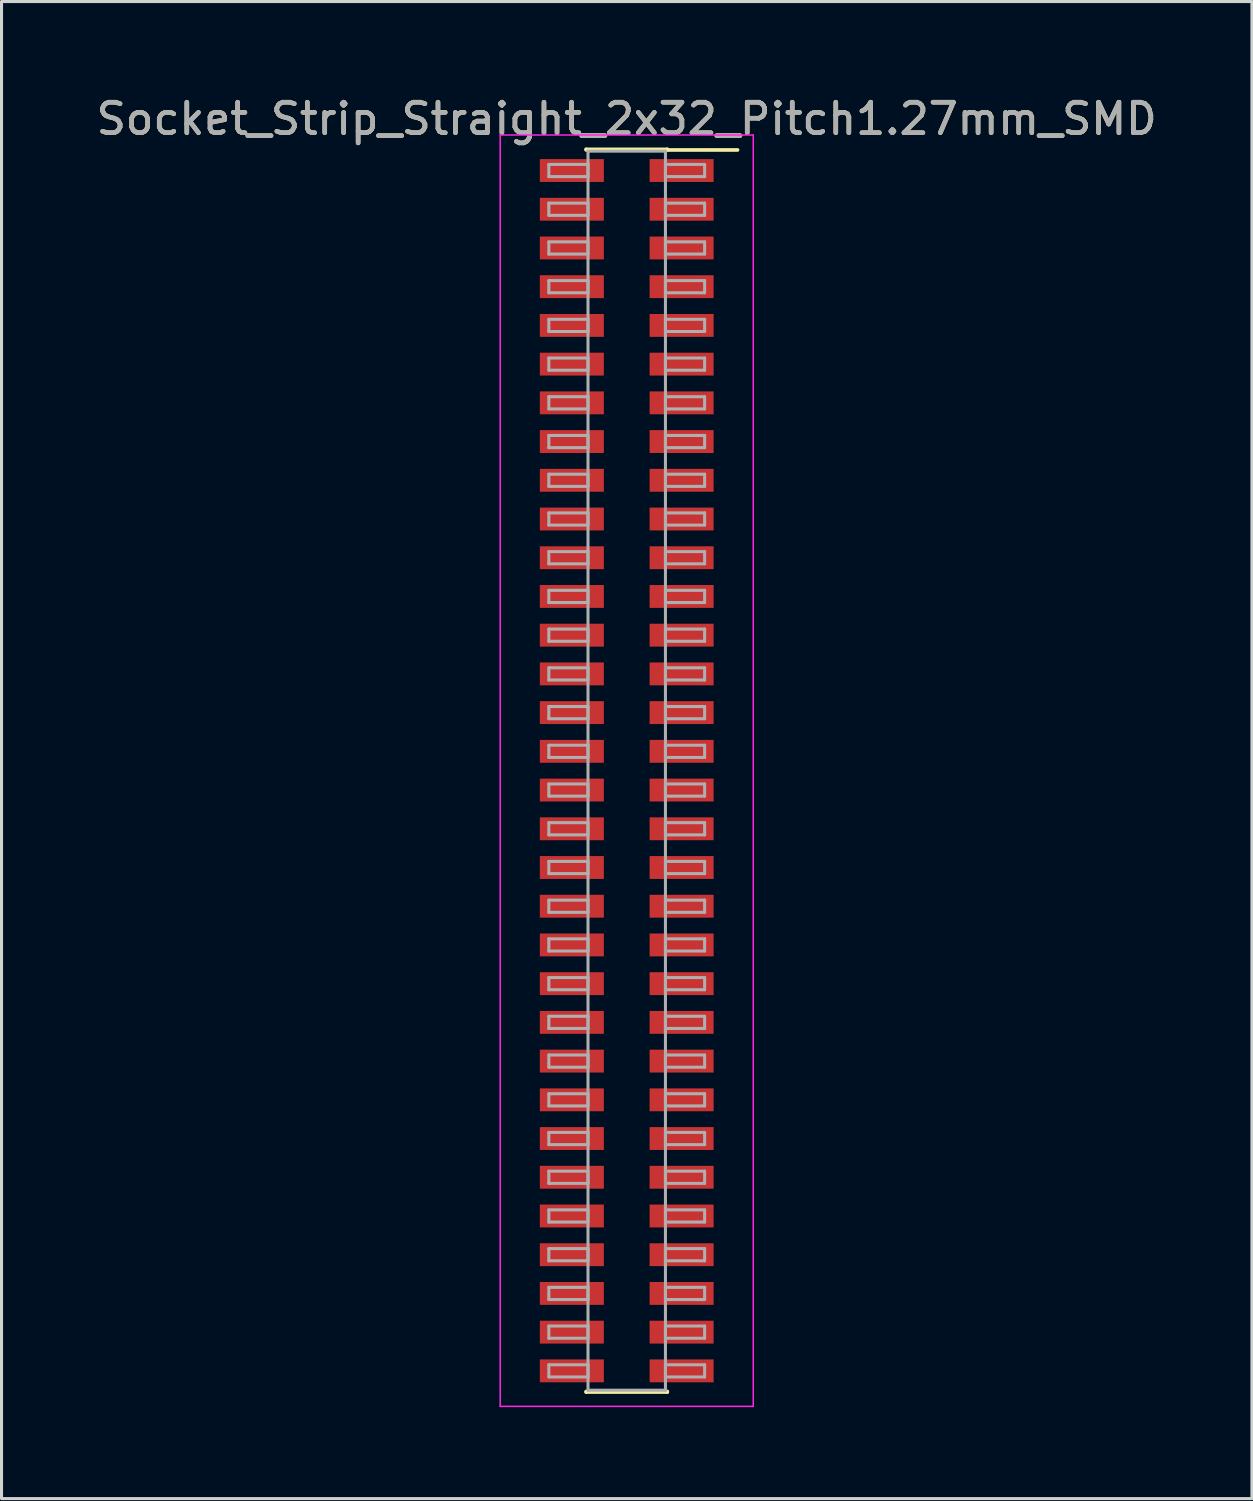
<source format=kicad_pcb>
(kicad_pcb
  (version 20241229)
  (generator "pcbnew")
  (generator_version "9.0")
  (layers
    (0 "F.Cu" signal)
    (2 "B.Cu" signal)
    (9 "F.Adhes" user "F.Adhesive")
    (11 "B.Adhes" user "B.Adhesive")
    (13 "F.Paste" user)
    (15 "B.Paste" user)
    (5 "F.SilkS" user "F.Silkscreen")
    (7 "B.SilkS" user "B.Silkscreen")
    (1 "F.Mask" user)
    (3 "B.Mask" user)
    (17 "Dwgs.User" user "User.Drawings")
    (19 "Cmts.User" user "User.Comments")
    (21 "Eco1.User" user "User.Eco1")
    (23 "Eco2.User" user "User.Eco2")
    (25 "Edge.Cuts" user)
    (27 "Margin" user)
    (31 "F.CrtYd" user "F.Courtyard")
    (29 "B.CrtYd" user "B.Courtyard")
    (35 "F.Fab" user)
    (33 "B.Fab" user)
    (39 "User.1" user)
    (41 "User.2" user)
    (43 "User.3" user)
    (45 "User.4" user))
  (footprint "Socket_Strip_Straight_2x32_Pitch1.27mm_SMD"
    (layer "F.Cu")
    (at 17.506 22.228)
    (property "Reference" "Socket_Strip_Straight_2x32_Pitch1.27mm_SMD" (at 0 -21.38 0) (layer "F.SilkS") (effects (font (size 1 1) (thickness 0.15))))
    (attr smd)
    (fp_line (start -1.33 -20.38) (end 1.33 -20.38) (stroke (width 0.12) (type solid)) (layer "F.SilkS"))
    (fp_line (start -1.33 -20.36) (end -1.33 -20.38) (stroke (width 0.12) (type solid)) (layer "F.SilkS"))
    (fp_line (start -1.33 20.36) (end -1.33 20.38) (stroke (width 0.12) (type solid)) (layer "F.SilkS"))
    (fp_line (start -1.33 20.38) (end 1.33 20.38) (stroke (width 0.12) (type solid)) (layer "F.SilkS"))
    (fp_line (start 1.33 -20.38) (end 1.33 -20.36) (stroke (width 0.12) (type solid)) (layer "F.SilkS"))
    (fp_line (start 1.33 20.38) (end 1.33 20.36) (stroke (width 0.12) (type solid)) (layer "F.SilkS"))
    (fp_line (start 3.635 -20.36) (end 1.33 -20.36) (stroke (width 0.12) (type solid)) (layer "F.SilkS"))
    (fp_line (start -4.15 -20.85) (end -4.15 20.85) (stroke (width 0.05) (type solid)) (layer "F.CrtYd"))
    (fp_line (start -4.15 20.85) (end 4.15 20.85) (stroke (width 0.05) (type solid)) (layer "F.CrtYd"))
    (fp_line (start 4.15 -20.85) (end -4.15 -20.85) (stroke (width 0.05) (type solid)) (layer "F.CrtYd"))
    (fp_line (start 4.15 20.85) (end 4.15 -20.85) (stroke (width 0.05) (type solid)) (layer "F.CrtYd"))
    (fp_line (start -2.555 -19.885) (end -1.27 -19.885) (stroke (width 0.1) (type solid)) (layer "F.Fab"))
    (fp_line (start -2.555 -19.485) (end -2.555 -19.885) (stroke (width 0.1) (type solid)) (layer "F.Fab"))
    (fp_line (start -2.555 -18.615) (end -1.27 -18.615) (stroke (width 0.1) (type solid)) (layer "F.Fab"))
    (fp_line (start -2.555 -18.215) (end -2.555 -18.615) (stroke (width 0.1) (type solid)) (layer "F.Fab"))
    (fp_line (start -2.555 -17.345) (end -1.27 -17.345) (stroke (width 0.1) (type solid)) (layer "F.Fab"))
    (fp_line (start -2.555 -16.945) (end -2.555 -17.345) (stroke (width 0.1) (type solid)) (layer "F.Fab"))
    (fp_line (start -2.555 -16.075) (end -1.27 -16.075) (stroke (width 0.1) (type solid)) (layer "F.Fab"))
    (fp_line (start -2.555 -15.675) (end -2.555 -16.075) (stroke (width 0.1) (type solid)) (layer "F.Fab"))
    (fp_line (start -2.555 -14.805) (end -1.27 -14.805) (stroke (width 0.1) (type solid)) (layer "F.Fab"))
    (fp_line (start -2.555 -14.405) (end -2.555 -14.805) (stroke (width 0.1) (type solid)) (layer "F.Fab"))
    (fp_line (start -2.555 -13.535) (end -1.27 -13.535) (stroke (width 0.1) (type solid)) (layer "F.Fab"))
    (fp_line (start -2.555 -13.135) (end -2.555 -13.535) (stroke (width 0.1) (type solid)) (layer "F.Fab"))
    (fp_line (start -2.555 -12.265) (end -1.27 -12.265) (stroke (width 0.1) (type solid)) (layer "F.Fab"))
    (fp_line (start -2.555 -11.865) (end -2.555 -12.265) (stroke (width 0.1) (type solid)) (layer "F.Fab"))
    (fp_line (start -2.555 -10.995) (end -1.27 -10.995) (stroke (width 0.1) (type solid)) (layer "F.Fab"))
    (fp_line (start -2.555 -10.595) (end -2.555 -10.995) (stroke (width 0.1) (type solid)) (layer "F.Fab"))
    (fp_line (start -2.555 -9.725) (end -1.27 -9.725) (stroke (width 0.1) (type solid)) (layer "F.Fab"))
    (fp_line (start -2.555 -9.325) (end -2.555 -9.725) (stroke (width 0.1) (type solid)) (layer "F.Fab"))
    (fp_line (start -2.555 -8.455) (end -1.27 -8.455) (stroke (width 0.1) (type solid)) (layer "F.Fab"))
    (fp_line (start -2.555 -8.055) (end -2.555 -8.455) (stroke (width 0.1) (type solid)) (layer "F.Fab"))
    (fp_line (start -2.555 -7.185) (end -1.27 -7.185) (stroke (width 0.1) (type solid)) (layer "F.Fab"))
    (fp_line (start -2.555 -6.785) (end -2.555 -7.185) (stroke (width 0.1) (type solid)) (layer "F.Fab"))
    (fp_line (start -2.555 -5.915) (end -1.27 -5.915) (stroke (width 0.1) (type solid)) (layer "F.Fab"))
    (fp_line (start -2.555 -5.515) (end -2.555 -5.915) (stroke (width 0.1) (type solid)) (layer "F.Fab"))
    (fp_line (start -2.555 -4.645) (end -1.27 -4.645) (stroke (width 0.1) (type solid)) (layer "F.Fab"))
    (fp_line (start -2.555 -4.245) (end -2.555 -4.645) (stroke (width 0.1) (type solid)) (layer "F.Fab"))
    (fp_line (start -2.555 -3.375) (end -1.27 -3.375) (stroke (width 0.1) (type solid)) (layer "F.Fab"))
    (fp_line (start -2.555 -2.975) (end -2.555 -3.375) (stroke (width 0.1) (type solid)) (layer "F.Fab"))
    (fp_line (start -2.555 -2.105) (end -1.27 -2.105) (stroke (width 0.1) (type solid)) (layer "F.Fab"))
    (fp_line (start -2.555 -1.705) (end -2.555 -2.105) (stroke (width 0.1) (type solid)) (layer "F.Fab"))
    (fp_line (start -2.555 -0.835) (end -1.27 -0.835) (stroke (width 0.1) (type solid)) (layer "F.Fab"))
    (fp_line (start -2.555 -0.435) (end -2.555 -0.835) (stroke (width 0.1) (type solid)) (layer "F.Fab"))
    (fp_line (start -2.555 0.435) (end -1.27 0.435) (stroke (width 0.1) (type solid)) (layer "F.Fab"))
    (fp_line (start -2.555 0.835) (end -2.555 0.435) (stroke (width 0.1) (type solid)) (layer "F.Fab"))
    (fp_line (start -2.555 1.705) (end -1.27 1.705) (stroke (width 0.1) (type solid)) (layer "F.Fab"))
    (fp_line (start -2.555 2.105) (end -2.555 1.705) (stroke (width 0.1) (type solid)) (layer "F.Fab"))
    (fp_line (start -2.555 2.975) (end -1.27 2.975) (stroke (width 0.1) (type solid)) (layer "F.Fab"))
    (fp_line (start -2.555 3.375) (end -2.555 2.975) (stroke (width 0.1) (type solid)) (layer "F.Fab"))
    (fp_line (start -2.555 4.245) (end -1.27 4.245) (stroke (width 0.1) (type solid)) (layer "F.Fab"))
    (fp_line (start -2.555 4.645) (end -2.555 4.245) (stroke (width 0.1) (type solid)) (layer "F.Fab"))
    (fp_line (start -2.555 5.515) (end -1.27 5.515) (stroke (width 0.1) (type solid)) (layer "F.Fab"))
    (fp_line (start -2.555 5.915) (end -2.555 5.515) (stroke (width 0.1) (type solid)) (layer "F.Fab"))
    (fp_line (start -2.555 6.785) (end -1.27 6.785) (stroke (width 0.1) (type solid)) (layer "F.Fab"))
    (fp_line (start -2.555 7.185) (end -2.555 6.785) (stroke (width 0.1) (type solid)) (layer "F.Fab"))
    (fp_line (start -2.555 8.055) (end -1.27 8.055) (stroke (width 0.1) (type solid)) (layer "F.Fab"))
    (fp_line (start -2.555 8.455) (end -2.555 8.055) (stroke (width 0.1) (type solid)) (layer "F.Fab"))
    (fp_line (start -2.555 9.325) (end -1.27 9.325) (stroke (width 0.1) (type solid)) (layer "F.Fab"))
    (fp_line (start -2.555 9.725) (end -2.555 9.325) (stroke (width 0.1) (type solid)) (layer "F.Fab"))
    (fp_line (start -2.555 10.595) (end -1.27 10.595) (stroke (width 0.1) (type solid)) (layer "F.Fab"))
    (fp_line (start -2.555 10.995) (end -2.555 10.595) (stroke (width 0.1) (type solid)) (layer "F.Fab"))
    (fp_line (start -2.555 11.865) (end -1.27 11.865) (stroke (width 0.1) (type solid)) (layer "F.Fab"))
    (fp_line (start -2.555 12.265) (end -2.555 11.865) (stroke (width 0.1) (type solid)) (layer "F.Fab"))
    (fp_line (start -2.555 13.135) (end -1.27 13.135) (stroke (width 0.1) (type solid)) (layer "F.Fab"))
    (fp_line (start -2.555 13.535) (end -2.555 13.135) (stroke (width 0.1) (type solid)) (layer "F.Fab"))
    (fp_line (start -2.555 14.405) (end -1.27 14.405) (stroke (width 0.1) (type solid)) (layer "F.Fab"))
    (fp_line (start -2.555 14.805) (end -2.555 14.405) (stroke (width 0.1) (type solid)) (layer "F.Fab"))
    (fp_line (start -2.555 15.675) (end -1.27 15.675) (stroke (width 0.1) (type solid)) (layer "F.Fab"))
    (fp_line (start -2.555 16.075) (end -2.555 15.675) (stroke (width 0.1) (type solid)) (layer "F.Fab"))
    (fp_line (start -2.555 16.945) (end -1.27 16.945) (stroke (width 0.1) (type solid)) (layer "F.Fab"))
    (fp_line (start -2.555 17.345) (end -2.555 16.945) (stroke (width 0.1) (type solid)) (layer "F.Fab"))
    (fp_line (start -2.555 18.215) (end -1.27 18.215) (stroke (width 0.1) (type solid)) (layer "F.Fab"))
    (fp_line (start -2.555 18.615) (end -2.555 18.215) (stroke (width 0.1) (type solid)) (layer "F.Fab"))
    (fp_line (start -2.555 19.485) (end -1.27 19.485) (stroke (width 0.1) (type solid)) (layer "F.Fab"))
    (fp_line (start -2.555 19.885) (end -2.555 19.485) (stroke (width 0.1) (type solid)) (layer "F.Fab"))
    (fp_line (start -1.27 -20.32) (end -1.27 20.32) (stroke (width 0.1) (type solid)) (layer "F.Fab"))
    (fp_line (start -1.27 -19.885) (end -1.27 -19.485) (stroke (width 0.1) (type solid)) (layer "F.Fab"))
    (fp_line (start -1.27 -19.485) (end -2.555 -19.485) (stroke (width 0.1) (type solid)) (layer "F.Fab"))
    (fp_line (start -1.27 -18.615) (end -1.27 -18.215) (stroke (width 0.1) (type solid)) (layer "F.Fab"))
    (fp_line (start -1.27 -18.215) (end -2.555 -18.215) (stroke (width 0.1) (type solid)) (layer "F.Fab"))
    (fp_line (start -1.27 -17.345) (end -1.27 -16.945) (stroke (width 0.1) (type solid)) (layer "F.Fab"))
    (fp_line (start -1.27 -16.945) (end -2.555 -16.945) (stroke (width 0.1) (type solid)) (layer "F.Fab"))
    (fp_line (start -1.27 -16.075) (end -1.27 -15.675) (stroke (width 0.1) (type solid)) (layer "F.Fab"))
    (fp_line (start -1.27 -15.675) (end -2.555 -15.675) (stroke (width 0.1) (type solid)) (layer "F.Fab"))
    (fp_line (start -1.27 -14.805) (end -1.27 -14.405) (stroke (width 0.1) (type solid)) (layer "F.Fab"))
    (fp_line (start -1.27 -14.405) (end -2.555 -14.405) (stroke (width 0.1) (type solid)) (layer "F.Fab"))
    (fp_line (start -1.27 -13.535) (end -1.27 -13.135) (stroke (width 0.1) (type solid)) (layer "F.Fab"))
    (fp_line (start -1.27 -13.135) (end -2.555 -13.135) (stroke (width 0.1) (type solid)) (layer "F.Fab"))
    (fp_line (start -1.27 -12.265) (end -1.27 -11.865) (stroke (width 0.1) (type solid)) (layer "F.Fab"))
    (fp_line (start -1.27 -11.865) (end -2.555 -11.865) (stroke (width 0.1) (type solid)) (layer "F.Fab"))
    (fp_line (start -1.27 -10.995) (end -1.27 -10.595) (stroke (width 0.1) (type solid)) (layer "F.Fab"))
    (fp_line (start -1.27 -10.595) (end -2.555 -10.595) (stroke (width 0.1) (type solid)) (layer "F.Fab"))
    (fp_line (start -1.27 -9.725) (end -1.27 -9.325) (stroke (width 0.1) (type solid)) (layer "F.Fab"))
    (fp_line (start -1.27 -9.325) (end -2.555 -9.325) (stroke (width 0.1) (type solid)) (layer "F.Fab"))
    (fp_line (start -1.27 -8.455) (end -1.27 -8.055) (stroke (width 0.1) (type solid)) (layer "F.Fab"))
    (fp_line (start -1.27 -8.055) (end -2.555 -8.055) (stroke (width 0.1) (type solid)) (layer "F.Fab"))
    (fp_line (start -1.27 -7.185) (end -1.27 -6.785) (stroke (width 0.1) (type solid)) (layer "F.Fab"))
    (fp_line (start -1.27 -6.785) (end -2.555 -6.785) (stroke (width 0.1) (type solid)) (layer "F.Fab"))
    (fp_line (start -1.27 -5.915) (end -1.27 -5.515) (stroke (width 0.1) (type solid)) (layer "F.Fab"))
    (fp_line (start -1.27 -5.515) (end -2.555 -5.515) (stroke (width 0.1) (type solid)) (layer "F.Fab"))
    (fp_line (start -1.27 -4.645) (end -1.27 -4.245) (stroke (width 0.1) (type solid)) (layer "F.Fab"))
    (fp_line (start -1.27 -4.245) (end -2.555 -4.245) (stroke (width 0.1) (type solid)) (layer "F.Fab"))
    (fp_line (start -1.27 -3.375) (end -1.27 -2.975) (stroke (width 0.1) (type solid)) (layer "F.Fab"))
    (fp_line (start -1.27 -2.975) (end -2.555 -2.975) (stroke (width 0.1) (type solid)) (layer "F.Fab"))
    (fp_line (start -1.27 -2.105) (end -1.27 -1.705) (stroke (width 0.1) (type solid)) (layer "F.Fab"))
    (fp_line (start -1.27 -1.705) (end -2.555 -1.705) (stroke (width 0.1) (type solid)) (layer "F.Fab"))
    (fp_line (start -1.27 -0.835) (end -1.27 -0.435) (stroke (width 0.1) (type solid)) (layer "F.Fab"))
    (fp_line (start -1.27 -0.435) (end -2.555 -0.435) (stroke (width 0.1) (type solid)) (layer "F.Fab"))
    (fp_line (start -1.27 0.435) (end -1.27 0.835) (stroke (width 0.1) (type solid)) (layer "F.Fab"))
    (fp_line (start -1.27 0.835) (end -2.555 0.835) (stroke (width 0.1) (type solid)) (layer "F.Fab"))
    (fp_line (start -1.27 1.705) (end -1.27 2.105) (stroke (width 0.1) (type solid)) (layer "F.Fab"))
    (fp_line (start -1.27 2.105) (end -2.555 2.105) (stroke (width 0.1) (type solid)) (layer "F.Fab"))
    (fp_line (start -1.27 2.975) (end -1.27 3.375) (stroke (width 0.1) (type solid)) (layer "F.Fab"))
    (fp_line (start -1.27 3.375) (end -2.555 3.375) (stroke (width 0.1) (type solid)) (layer "F.Fab"))
    (fp_line (start -1.27 4.245) (end -1.27 4.645) (stroke (width 0.1) (type solid)) (layer "F.Fab"))
    (fp_line (start -1.27 4.645) (end -2.555 4.645) (stroke (width 0.1) (type solid)) (layer "F.Fab"))
    (fp_line (start -1.27 5.515) (end -1.27 5.915) (stroke (width 0.1) (type solid)) (layer "F.Fab"))
    (fp_line (start -1.27 5.915) (end -2.555 5.915) (stroke (width 0.1) (type solid)) (layer "F.Fab"))
    (fp_line (start -1.27 6.785) (end -1.27 7.185) (stroke (width 0.1) (type solid)) (layer "F.Fab"))
    (fp_line (start -1.27 7.185) (end -2.555 7.185) (stroke (width 0.1) (type solid)) (layer "F.Fab"))
    (fp_line (start -1.27 8.055) (end -1.27 8.455) (stroke (width 0.1) (type solid)) (layer "F.Fab"))
    (fp_line (start -1.27 8.455) (end -2.555 8.455) (stroke (width 0.1) (type solid)) (layer "F.Fab"))
    (fp_line (start -1.27 9.325) (end -1.27 9.725) (stroke (width 0.1) (type solid)) (layer "F.Fab"))
    (fp_line (start -1.27 9.725) (end -2.555 9.725) (stroke (width 0.1) (type solid)) (layer "F.Fab"))
    (fp_line (start -1.27 10.595) (end -1.27 10.995) (stroke (width 0.1) (type solid)) (layer "F.Fab"))
    (fp_line (start -1.27 10.995) (end -2.555 10.995) (stroke (width 0.1) (type solid)) (layer "F.Fab"))
    (fp_line (start -1.27 11.865) (end -1.27 12.265) (stroke (width 0.1) (type solid)) (layer "F.Fab"))
    (fp_line (start -1.27 12.265) (end -2.555 12.265) (stroke (width 0.1) (type solid)) (layer "F.Fab"))
    (fp_line (start -1.27 13.135) (end -1.27 13.535) (stroke (width 0.1) (type solid)) (layer "F.Fab"))
    (fp_line (start -1.27 13.535) (end -2.555 13.535) (stroke (width 0.1) (type solid)) (layer "F.Fab"))
    (fp_line (start -1.27 14.405) (end -1.27 14.805) (stroke (width 0.1) (type solid)) (layer "F.Fab"))
    (fp_line (start -1.27 14.805) (end -2.555 14.805) (stroke (width 0.1) (type solid)) (layer "F.Fab"))
    (fp_line (start -1.27 15.675) (end -1.27 16.075) (stroke (width 0.1) (type solid)) (layer "F.Fab"))
    (fp_line (start -1.27 16.075) (end -2.555 16.075) (stroke (width 0.1) (type solid)) (layer "F.Fab"))
    (fp_line (start -1.27 16.945) (end -1.27 17.345) (stroke (width 0.1) (type solid)) (layer "F.Fab"))
    (fp_line (start -1.27 17.345) (end -2.555 17.345) (stroke (width 0.1) (type solid)) (layer "F.Fab"))
    (fp_line (start -1.27 18.215) (end -1.27 18.615) (stroke (width 0.1) (type solid)) (layer "F.Fab"))
    (fp_line (start -1.27 18.615) (end -2.555 18.615) (stroke (width 0.1) (type solid)) (layer "F.Fab"))
    (fp_line (start -1.27 19.485) (end -1.27 19.885) (stroke (width 0.1) (type solid)) (layer "F.Fab"))
    (fp_line (start -1.27 19.885) (end -2.555 19.885) (stroke (width 0.1) (type solid)) (layer "F.Fab"))
    (fp_line (start -1.27 20.32) (end 1.27 20.32) (stroke (width 0.1) (type solid)) (layer "F.Fab"))
    (fp_line (start 1.27 -20.32) (end -1.27 -20.32) (stroke (width 0.1) (type solid)) (layer "F.Fab"))
    (fp_line (start 1.27 -19.885) (end 1.27 -19.485) (stroke (width 0.1) (type solid)) (layer "F.Fab"))
    (fp_line (start 1.27 -19.485) (end 2.555 -19.485) (stroke (width 0.1) (type solid)) (layer "F.Fab"))
    (fp_line (start 1.27 -18.615) (end 1.27 -18.215) (stroke (width 0.1) (type solid)) (layer "F.Fab"))
    (fp_line (start 1.27 -18.215) (end 2.555 -18.215) (stroke (width 0.1) (type solid)) (layer "F.Fab"))
    (fp_line (start 1.27 -17.345) (end 1.27 -16.945) (stroke (width 0.1) (type solid)) (layer "F.Fab"))
    (fp_line (start 1.27 -16.945) (end 2.555 -16.945) (stroke (width 0.1) (type solid)) (layer "F.Fab"))
    (fp_line (start 1.27 -16.075) (end 1.27 -15.675) (stroke (width 0.1) (type solid)) (layer "F.Fab"))
    (fp_line (start 1.27 -15.675) (end 2.555 -15.675) (stroke (width 0.1) (type solid)) (layer "F.Fab"))
    (fp_line (start 1.27 -14.805) (end 1.27 -14.405) (stroke (width 0.1) (type solid)) (layer "F.Fab"))
    (fp_line (start 1.27 -14.405) (end 2.555 -14.405) (stroke (width 0.1) (type solid)) (layer "F.Fab"))
    (fp_line (start 1.27 -13.535) (end 1.27 -13.135) (stroke (width 0.1) (type solid)) (layer "F.Fab"))
    (fp_line (start 1.27 -13.135) (end 2.555 -13.135) (stroke (width 0.1) (type solid)) (layer "F.Fab"))
    (fp_line (start 1.27 -12.265) (end 1.27 -11.865) (stroke (width 0.1) (type solid)) (layer "F.Fab"))
    (fp_line (start 1.27 -11.865) (end 2.555 -11.865) (stroke (width 0.1) (type solid)) (layer "F.Fab"))
    (fp_line (start 1.27 -10.995) (end 1.27 -10.595) (stroke (width 0.1) (type solid)) (layer "F.Fab"))
    (fp_line (start 1.27 -10.595) (end 2.555 -10.595) (stroke (width 0.1) (type solid)) (layer "F.Fab"))
    (fp_line (start 1.27 -9.725) (end 1.27 -9.325) (stroke (width 0.1) (type solid)) (layer "F.Fab"))
    (fp_line (start 1.27 -9.325) (end 2.555 -9.325) (stroke (width 0.1) (type solid)) (layer "F.Fab"))
    (fp_line (start 1.27 -8.455) (end 1.27 -8.055) (stroke (width 0.1) (type solid)) (layer "F.Fab"))
    (fp_line (start 1.27 -8.055) (end 2.555 -8.055) (stroke (width 0.1) (type solid)) (layer "F.Fab"))
    (fp_line (start 1.27 -7.185) (end 1.27 -6.785) (stroke (width 0.1) (type solid)) (layer "F.Fab"))
    (fp_line (start 1.27 -6.785) (end 2.555 -6.785) (stroke (width 0.1) (type solid)) (layer "F.Fab"))
    (fp_line (start 1.27 -5.915) (end 1.27 -5.515) (stroke (width 0.1) (type solid)) (layer "F.Fab"))
    (fp_line (start 1.27 -5.515) (end 2.555 -5.515) (stroke (width 0.1) (type solid)) (layer "F.Fab"))
    (fp_line (start 1.27 -4.645) (end 1.27 -4.245) (stroke (width 0.1) (type solid)) (layer "F.Fab"))
    (fp_line (start 1.27 -4.245) (end 2.555 -4.245) (stroke (width 0.1) (type solid)) (layer "F.Fab"))
    (fp_line (start 1.27 -3.375) (end 1.27 -2.975) (stroke (width 0.1) (type solid)) (layer "F.Fab"))
    (fp_line (start 1.27 -2.975) (end 2.555 -2.975) (stroke (width 0.1) (type solid)) (layer "F.Fab"))
    (fp_line (start 1.27 -2.105) (end 1.27 -1.705) (stroke (width 0.1) (type solid)) (layer "F.Fab"))
    (fp_line (start 1.27 -1.705) (end 2.555 -1.705) (stroke (width 0.1) (type solid)) (layer "F.Fab"))
    (fp_line (start 1.27 -0.835) (end 1.27 -0.435) (stroke (width 0.1) (type solid)) (layer "F.Fab"))
    (fp_line (start 1.27 -0.435) (end 2.555 -0.435) (stroke (width 0.1) (type solid)) (layer "F.Fab"))
    (fp_line (start 1.27 0.435) (end 1.27 0.835) (stroke (width 0.1) (type solid)) (layer "F.Fab"))
    (fp_line (start 1.27 0.835) (end 2.555 0.835) (stroke (width 0.1) (type solid)) (layer "F.Fab"))
    (fp_line (start 1.27 1.705) (end 1.27 2.105) (stroke (width 0.1) (type solid)) (layer "F.Fab"))
    (fp_line (start 1.27 2.105) (end 2.555 2.105) (stroke (width 0.1) (type solid)) (layer "F.Fab"))
    (fp_line (start 1.27 2.975) (end 1.27 3.375) (stroke (width 0.1) (type solid)) (layer "F.Fab"))
    (fp_line (start 1.27 3.375) (end 2.555 3.375) (stroke (width 0.1) (type solid)) (layer "F.Fab"))
    (fp_line (start 1.27 4.245) (end 1.27 4.645) (stroke (width 0.1) (type solid)) (layer "F.Fab"))
    (fp_line (start 1.27 4.645) (end 2.555 4.645) (stroke (width 0.1) (type solid)) (layer "F.Fab"))
    (fp_line (start 1.27 5.515) (end 1.27 5.915) (stroke (width 0.1) (type solid)) (layer "F.Fab"))
    (fp_line (start 1.27 5.915) (end 2.555 5.915) (stroke (width 0.1) (type solid)) (layer "F.Fab"))
    (fp_line (start 1.27 6.785) (end 1.27 7.185) (stroke (width 0.1) (type solid)) (layer "F.Fab"))
    (fp_line (start 1.27 7.185) (end 2.555 7.185) (stroke (width 0.1) (type solid)) (layer "F.Fab"))
    (fp_line (start 1.27 8.055) (end 1.27 8.455) (stroke (width 0.1) (type solid)) (layer "F.Fab"))
    (fp_line (start 1.27 8.455) (end 2.555 8.455) (stroke (width 0.1) (type solid)) (layer "F.Fab"))
    (fp_line (start 1.27 9.325) (end 1.27 9.725) (stroke (width 0.1) (type solid)) (layer "F.Fab"))
    (fp_line (start 1.27 9.725) (end 2.555 9.725) (stroke (width 0.1) (type solid)) (layer "F.Fab"))
    (fp_line (start 1.27 10.595) (end 1.27 10.995) (stroke (width 0.1) (type solid)) (layer "F.Fab"))
    (fp_line (start 1.27 10.995) (end 2.555 10.995) (stroke (width 0.1) (type solid)) (layer "F.Fab"))
    (fp_line (start 1.27 11.865) (end 1.27 12.265) (stroke (width 0.1) (type solid)) (layer "F.Fab"))
    (fp_line (start 1.27 12.265) (end 2.555 12.265) (stroke (width 0.1) (type solid)) (layer "F.Fab"))
    (fp_line (start 1.27 13.135) (end 1.27 13.535) (stroke (width 0.1) (type solid)) (layer "F.Fab"))
    (fp_line (start 1.27 13.535) (end 2.555 13.535) (stroke (width 0.1) (type solid)) (layer "F.Fab"))
    (fp_line (start 1.27 14.405) (end 1.27 14.805) (stroke (width 0.1) (type solid)) (layer "F.Fab"))
    (fp_line (start 1.27 14.805) (end 2.555 14.805) (stroke (width 0.1) (type solid)) (layer "F.Fab"))
    (fp_line (start 1.27 15.675) (end 1.27 16.075) (stroke (width 0.1) (type solid)) (layer "F.Fab"))
    (fp_line (start 1.27 16.075) (end 2.555 16.075) (stroke (width 0.1) (type solid)) (layer "F.Fab"))
    (fp_line (start 1.27 16.945) (end 1.27 17.345) (stroke (width 0.1) (type solid)) (layer "F.Fab"))
    (fp_line (start 1.27 17.345) (end 2.555 17.345) (stroke (width 0.1) (type solid)) (layer "F.Fab"))
    (fp_line (start 1.27 18.215) (end 1.27 18.615) (stroke (width 0.1) (type solid)) (layer "F.Fab"))
    (fp_line (start 1.27 18.615) (end 2.555 18.615) (stroke (width 0.1) (type solid)) (layer "F.Fab"))
    (fp_line (start 1.27 19.485) (end 1.27 19.885) (stroke (width 0.1) (type solid)) (layer "F.Fab"))
    (fp_line (start 1.27 19.885) (end 2.555 19.885) (stroke (width 0.1) (type solid)) (layer "F.Fab"))
    (fp_line (start 1.27 20.32) (end 1.27 -20.32) (stroke (width 0.1) (type solid)) (layer "F.Fab"))
    (fp_line (start 2.555 -19.885) (end 1.27 -19.885) (stroke (width 0.1) (type solid)) (layer "F.Fab"))
    (fp_line (start 2.555 -19.485) (end 2.555 -19.885) (stroke (width 0.1) (type solid)) (layer "F.Fab"))
    (fp_line (start 2.555 -18.615) (end 1.27 -18.615) (stroke (width 0.1) (type solid)) (layer "F.Fab"))
    (fp_line (start 2.555 -18.215) (end 2.555 -18.615) (stroke (width 0.1) (type solid)) (layer "F.Fab"))
    (fp_line (start 2.555 -17.345) (end 1.27 -17.345) (stroke (width 0.1) (type solid)) (layer "F.Fab"))
    (fp_line (start 2.555 -16.945) (end 2.555 -17.345) (stroke (width 0.1) (type solid)) (layer "F.Fab"))
    (fp_line (start 2.555 -16.075) (end 1.27 -16.075) (stroke (width 0.1) (type solid)) (layer "F.Fab"))
    (fp_line (start 2.555 -15.675) (end 2.555 -16.075) (stroke (width 0.1) (type solid)) (layer "F.Fab"))
    (fp_line (start 2.555 -14.805) (end 1.27 -14.805) (stroke (width 0.1) (type solid)) (layer "F.Fab"))
    (fp_line (start 2.555 -14.405) (end 2.555 -14.805) (stroke (width 0.1) (type solid)) (layer "F.Fab"))
    (fp_line (start 2.555 -13.535) (end 1.27 -13.535) (stroke (width 0.1) (type solid)) (layer "F.Fab"))
    (fp_line (start 2.555 -13.135) (end 2.555 -13.535) (stroke (width 0.1) (type solid)) (layer "F.Fab"))
    (fp_line (start 2.555 -12.265) (end 1.27 -12.265) (stroke (width 0.1) (type solid)) (layer "F.Fab"))
    (fp_line (start 2.555 -11.865) (end 2.555 -12.265) (stroke (width 0.1) (type solid)) (layer "F.Fab"))
    (fp_line (start 2.555 -10.995) (end 1.27 -10.995) (stroke (width 0.1) (type solid)) (layer "F.Fab"))
    (fp_line (start 2.555 -10.595) (end 2.555 -10.995) (stroke (width 0.1) (type solid)) (layer "F.Fab"))
    (fp_line (start 2.555 -9.725) (end 1.27 -9.725) (stroke (width 0.1) (type solid)) (layer "F.Fab"))
    (fp_line (start 2.555 -9.325) (end 2.555 -9.725) (stroke (width 0.1) (type solid)) (layer "F.Fab"))
    (fp_line (start 2.555 -8.455) (end 1.27 -8.455) (stroke (width 0.1) (type solid)) (layer "F.Fab"))
    (fp_line (start 2.555 -8.055) (end 2.555 -8.455) (stroke (width 0.1) (type solid)) (layer "F.Fab"))
    (fp_line (start 2.555 -7.185) (end 1.27 -7.185) (stroke (width 0.1) (type solid)) (layer "F.Fab"))
    (fp_line (start 2.555 -6.785) (end 2.555 -7.185) (stroke (width 0.1) (type solid)) (layer "F.Fab"))
    (fp_line (start 2.555 -5.915) (end 1.27 -5.915) (stroke (width 0.1) (type solid)) (layer "F.Fab"))
    (fp_line (start 2.555 -5.515) (end 2.555 -5.915) (stroke (width 0.1) (type solid)) (layer "F.Fab"))
    (fp_line (start 2.555 -4.645) (end 1.27 -4.645) (stroke (width 0.1) (type solid)) (layer "F.Fab"))
    (fp_line (start 2.555 -4.245) (end 2.555 -4.645) (stroke (width 0.1) (type solid)) (layer "F.Fab"))
    (fp_line (start 2.555 -3.375) (end 1.27 -3.375) (stroke (width 0.1) (type solid)) (layer "F.Fab"))
    (fp_line (start 2.555 -2.975) (end 2.555 -3.375) (stroke (width 0.1) (type solid)) (layer "F.Fab"))
    (fp_line (start 2.555 -2.105) (end 1.27 -2.105) (stroke (width 0.1) (type solid)) (layer "F.Fab"))
    (fp_line (start 2.555 -1.705) (end 2.555 -2.105) (stroke (width 0.1) (type solid)) (layer "F.Fab"))
    (fp_line (start 2.555 -0.835) (end 1.27 -0.835) (stroke (width 0.1) (type solid)) (layer "F.Fab"))
    (fp_line (start 2.555 -0.435) (end 2.555 -0.835) (stroke (width 0.1) (type solid)) (layer "F.Fab"))
    (fp_line (start 2.555 0.435) (end 1.27 0.435) (stroke (width 0.1) (type solid)) (layer "F.Fab"))
    (fp_line (start 2.555 0.835) (end 2.555 0.435) (stroke (width 0.1) (type solid)) (layer "F.Fab"))
    (fp_line (start 2.555 1.705) (end 1.27 1.705) (stroke (width 0.1) (type solid)) (layer "F.Fab"))
    (fp_line (start 2.555 2.105) (end 2.555 1.705) (stroke (width 0.1) (type solid)) (layer "F.Fab"))
    (fp_line (start 2.555 2.975) (end 1.27 2.975) (stroke (width 0.1) (type solid)) (layer "F.Fab"))
    (fp_line (start 2.555 3.375) (end 2.555 2.975) (stroke (width 0.1) (type solid)) (layer "F.Fab"))
    (fp_line (start 2.555 4.245) (end 1.27 4.245) (stroke (width 0.1) (type solid)) (layer "F.Fab"))
    (fp_line (start 2.555 4.645) (end 2.555 4.245) (stroke (width 0.1) (type solid)) (layer "F.Fab"))
    (fp_line (start 2.555 5.515) (end 1.27 5.515) (stroke (width 0.1) (type solid)) (layer "F.Fab"))
    (fp_line (start 2.555 5.915) (end 2.555 5.515) (stroke (width 0.1) (type solid)) (layer "F.Fab"))
    (fp_line (start 2.555 6.785) (end 1.27 6.785) (stroke (width 0.1) (type solid)) (layer "F.Fab"))
    (fp_line (start 2.555 7.185) (end 2.555 6.785) (stroke (width 0.1) (type solid)) (layer "F.Fab"))
    (fp_line (start 2.555 8.055) (end 1.27 8.055) (stroke (width 0.1) (type solid)) (layer "F.Fab"))
    (fp_line (start 2.555 8.455) (end 2.555 8.055) (stroke (width 0.1) (type solid)) (layer "F.Fab"))
    (fp_line (start 2.555 9.325) (end 1.27 9.325) (stroke (width 0.1) (type solid)) (layer "F.Fab"))
    (fp_line (start 2.555 9.725) (end 2.555 9.325) (stroke (width 0.1) (type solid)) (layer "F.Fab"))
    (fp_line (start 2.555 10.595) (end 1.27 10.595) (stroke (width 0.1) (type solid)) (layer "F.Fab"))
    (fp_line (start 2.555 10.995) (end 2.555 10.595) (stroke (width 0.1) (type solid)) (layer "F.Fab"))
    (fp_line (start 2.555 11.865) (end 1.27 11.865) (stroke (width 0.1) (type solid)) (layer "F.Fab"))
    (fp_line (start 2.555 12.265) (end 2.555 11.865) (stroke (width 0.1) (type solid)) (layer "F.Fab"))
    (fp_line (start 2.555 13.135) (end 1.27 13.135) (stroke (width 0.1) (type solid)) (layer "F.Fab"))
    (fp_line (start 2.555 13.535) (end 2.555 13.135) (stroke (width 0.1) (type solid)) (layer "F.Fab"))
    (fp_line (start 2.555 14.405) (end 1.27 14.405) (stroke (width 0.1) (type solid)) (layer "F.Fab"))
    (fp_line (start 2.555 14.805) (end 2.555 14.405) (stroke (width 0.1) (type solid)) (layer "F.Fab"))
    (fp_line (start 2.555 15.675) (end 1.27 15.675) (stroke (width 0.1) (type solid)) (layer "F.Fab"))
    (fp_line (start 2.555 16.075) (end 2.555 15.675) (stroke (width 0.1) (type solid)) (layer "F.Fab"))
    (fp_line (start 2.555 16.945) (end 1.27 16.945) (stroke (width 0.1) (type solid)) (layer "F.Fab"))
    (fp_line (start 2.555 17.345) (end 2.555 16.945) (stroke (width 0.1) (type solid)) (layer "F.Fab"))
    (fp_line (start 2.555 18.215) (end 1.27 18.215) (stroke (width 0.1) (type solid)) (layer "F.Fab"))
    (fp_line (start 2.555 18.615) (end 2.555 18.215) (stroke (width 0.1) (type solid)) (layer "F.Fab"))
    (fp_line (start 2.555 19.485) (end 1.27 19.485) (stroke (width 0.1) (type solid)) (layer "F.Fab"))
    (fp_line (start 2.555 19.885) (end 2.555 19.485) (stroke (width 0.1) (type solid)) (layer "F.Fab"))
    (fp_text user "${REFERENCE}" (at 0 -21.38 0) (layer "F.Fab") (effects (font (size 1 1) (thickness 0.15))))
    (pad "1" smd rect (at 1.8 -19.685) (size 2.1 0.75) (layers "F.Cu" "F.Mask" "F.Paste"))
    (pad "2" smd rect (at -1.8 -19.685) (size 2.1 0.75) (layers "F.Cu" "F.Mask" "F.Paste"))
    (pad "3" smd rect (at 1.8 -18.415) (size 2.1 0.75) (layers "F.Cu" "F.Mask" "F.Paste"))
    (pad "4" smd rect (at -1.8 -18.415) (size 2.1 0.75) (layers "F.Cu" "F.Mask" "F.Paste"))
    (pad "5" smd rect (at 1.8 -17.145) (size 2.1 0.75) (layers "F.Cu" "F.Mask" "F.Paste"))
    (pad "6" smd rect (at -1.8 -17.145) (size 2.1 0.75) (layers "F.Cu" "F.Mask" "F.Paste"))
    (pad "7" smd rect (at 1.8 -15.875) (size 2.1 0.75) (layers "F.Cu" "F.Mask" "F.Paste"))
    (pad "8" smd rect (at -1.8 -15.875) (size 2.1 0.75) (layers "F.Cu" "F.Mask" "F.Paste"))
    (pad "9" smd rect (at 1.8 -14.605) (size 2.1 0.75) (layers "F.Cu" "F.Mask" "F.Paste"))
    (pad "10" smd rect (at -1.8 -14.605) (size 2.1 0.75) (layers "F.Cu" "F.Mask" "F.Paste"))
    (pad "11" smd rect (at 1.8 -13.335) (size 2.1 0.75) (layers "F.Cu" "F.Mask" "F.Paste"))
    (pad "12" smd rect (at -1.8 -13.335) (size 2.1 0.75) (layers "F.Cu" "F.Mask" "F.Paste"))
    (pad "13" smd rect (at 1.8 -12.065) (size 2.1 0.75) (layers "F.Cu" "F.Mask" "F.Paste"))
    (pad "14" smd rect (at -1.8 -12.065) (size 2.1 0.75) (layers "F.Cu" "F.Mask" "F.Paste"))
    (pad "15" smd rect (at 1.8 -10.795) (size 2.1 0.75) (layers "F.Cu" "F.Mask" "F.Paste"))
    (pad "16" smd rect (at -1.8 -10.795) (size 2.1 0.75) (layers "F.Cu" "F.Mask" "F.Paste"))
    (pad "17" smd rect (at 1.8 -9.525) (size 2.1 0.75) (layers "F.Cu" "F.Mask" "F.Paste"))
    (pad "18" smd rect (at -1.8 -9.525) (size 2.1 0.75) (layers "F.Cu" "F.Mask" "F.Paste"))
    (pad "19" smd rect (at 1.8 -8.255) (size 2.1 0.75) (layers "F.Cu" "F.Mask" "F.Paste"))
    (pad "20" smd rect (at -1.8 -8.255) (size 2.1 0.75) (layers "F.Cu" "F.Mask" "F.Paste"))
    (pad "21" smd rect (at 1.8 -6.985) (size 2.1 0.75) (layers "F.Cu" "F.Mask" "F.Paste"))
    (pad "22" smd rect (at -1.8 -6.985) (size 2.1 0.75) (layers "F.Cu" "F.Mask" "F.Paste"))
    (pad "23" smd rect (at 1.8 -5.715) (size 2.1 0.75) (layers "F.Cu" "F.Mask" "F.Paste"))
    (pad "24" smd rect (at -1.8 -5.715) (size 2.1 0.75) (layers "F.Cu" "F.Mask" "F.Paste"))
    (pad "25" smd rect (at 1.8 -4.445) (size 2.1 0.75) (layers "F.Cu" "F.Mask" "F.Paste"))
    (pad "26" smd rect (at -1.8 -4.445) (size 2.1 0.75) (layers "F.Cu" "F.Mask" "F.Paste"))
    (pad "27" smd rect (at 1.8 -3.175) (size 2.1 0.75) (layers "F.Cu" "F.Mask" "F.Paste"))
    (pad "28" smd rect (at -1.8 -3.175) (size 2.1 0.75) (layers "F.Cu" "F.Mask" "F.Paste"))
    (pad "29" smd rect (at 1.8 -1.905) (size 2.1 0.75) (layers "F.Cu" "F.Mask" "F.Paste"))
    (pad "30" smd rect (at -1.8 -1.905) (size 2.1 0.75) (layers "F.Cu" "F.Mask" "F.Paste"))
    (pad "31" smd rect (at 1.8 -0.635) (size 2.1 0.75) (layers "F.Cu" "F.Mask" "F.Paste"))
    (pad "32" smd rect (at -1.8 -0.635) (size 2.1 0.75) (layers "F.Cu" "F.Mask" "F.Paste"))
    (pad "33" smd rect (at 1.8 0.635) (size 2.1 0.75) (layers "F.Cu" "F.Mask" "F.Paste"))
    (pad "34" smd rect (at -1.8 0.635) (size 2.1 0.75) (layers "F.Cu" "F.Mask" "F.Paste"))
    (pad "35" smd rect (at 1.8 1.905) (size 2.1 0.75) (layers "F.Cu" "F.Mask" "F.Paste"))
    (pad "36" smd rect (at -1.8 1.905) (size 2.1 0.75) (layers "F.Cu" "F.Mask" "F.Paste"))
    (pad "37" smd rect (at 1.8 3.175) (size 2.1 0.75) (layers "F.Cu" "F.Mask" "F.Paste"))
    (pad "38" smd rect (at -1.8 3.175) (size 2.1 0.75) (layers "F.Cu" "F.Mask" "F.Paste"))
    (pad "39" smd rect (at 1.8 4.445) (size 2.1 0.75) (layers "F.Cu" "F.Mask" "F.Paste"))
    (pad "40" smd rect (at -1.8 4.445) (size 2.1 0.75) (layers "F.Cu" "F.Mask" "F.Paste"))
    (pad "41" smd rect (at 1.8 5.715) (size 2.1 0.75) (layers "F.Cu" "F.Mask" "F.Paste"))
    (pad "42" smd rect (at -1.8 5.715) (size 2.1 0.75) (layers "F.Cu" "F.Mask" "F.Paste"))
    (pad "43" smd rect (at 1.8 6.985) (size 2.1 0.75) (layers "F.Cu" "F.Mask" "F.Paste"))
    (pad "44" smd rect (at -1.8 6.985) (size 2.1 0.75) (layers "F.Cu" "F.Mask" "F.Paste"))
    (pad "45" smd rect (at 1.8 8.255) (size 2.1 0.75) (layers "F.Cu" "F.Mask" "F.Paste"))
    (pad "46" smd rect (at -1.8 8.255) (size 2.1 0.75) (layers "F.Cu" "F.Mask" "F.Paste"))
    (pad "47" smd rect (at 1.8 9.525) (size 2.1 0.75) (layers "F.Cu" "F.Mask" "F.Paste"))
    (pad "48" smd rect (at -1.8 9.525) (size 2.1 0.75) (layers "F.Cu" "F.Mask" "F.Paste"))
    (pad "49" smd rect (at 1.8 10.795) (size 2.1 0.75) (layers "F.Cu" "F.Mask" "F.Paste"))
    (pad "50" smd rect (at -1.8 10.795) (size 2.1 0.75) (layers "F.Cu" "F.Mask" "F.Paste"))
    (pad "51" smd rect (at 1.8 12.065) (size 2.1 0.75) (layers "F.Cu" "F.Mask" "F.Paste"))
    (pad "52" smd rect (at -1.8 12.065) (size 2.1 0.75) (layers "F.Cu" "F.Mask" "F.Paste"))
    (pad "53" smd rect (at 1.8 13.335) (size 2.1 0.75) (layers "F.Cu" "F.Mask" "F.Paste"))
    (pad "54" smd rect (at -1.8 13.335) (size 2.1 0.75) (layers "F.Cu" "F.Mask" "F.Paste"))
    (pad "55" smd rect (at 1.8 14.605) (size 2.1 0.75) (layers "F.Cu" "F.Mask" "F.Paste"))
    (pad "56" smd rect (at -1.8 14.605) (size 2.1 0.75) (layers "F.Cu" "F.Mask" "F.Paste"))
    (pad "57" smd rect (at 1.8 15.875) (size 2.1 0.75) (layers "F.Cu" "F.Mask" "F.Paste"))
    (pad "58" smd rect (at -1.8 15.875) (size 2.1 0.75) (layers "F.Cu" "F.Mask" "F.Paste"))
    (pad "59" smd rect (at 1.8 17.145) (size 2.1 0.75) (layers "F.Cu" "F.Mask" "F.Paste"))
    (pad "60" smd rect (at -1.8 17.145) (size 2.1 0.75) (layers "F.Cu" "F.Mask" "F.Paste"))
    (pad "61" smd rect (at 1.8 18.415) (size 2.1 0.75) (layers "F.Cu" "F.Mask" "F.Paste"))
    (pad "62" smd rect (at -1.8 18.415) (size 2.1 0.75) (layers "F.Cu" "F.Mask" "F.Paste"))
    (pad "63" smd rect (at 1.8 19.685) (size 2.1 0.75) (layers "F.Cu" "F.Mask" "F.Paste"))
    (pad "64" smd rect (at -1.8 19.685) (size 2.1 0.75) (layers "F.Cu" "F.Mask" "F.Paste")))
  (gr_rect
    (start -3 -3)
    (end 38.012 46.103)
    (stroke (width 0.1) (type default))
    (fill no)
    (layer "Edge.Cuts")))
</source>
